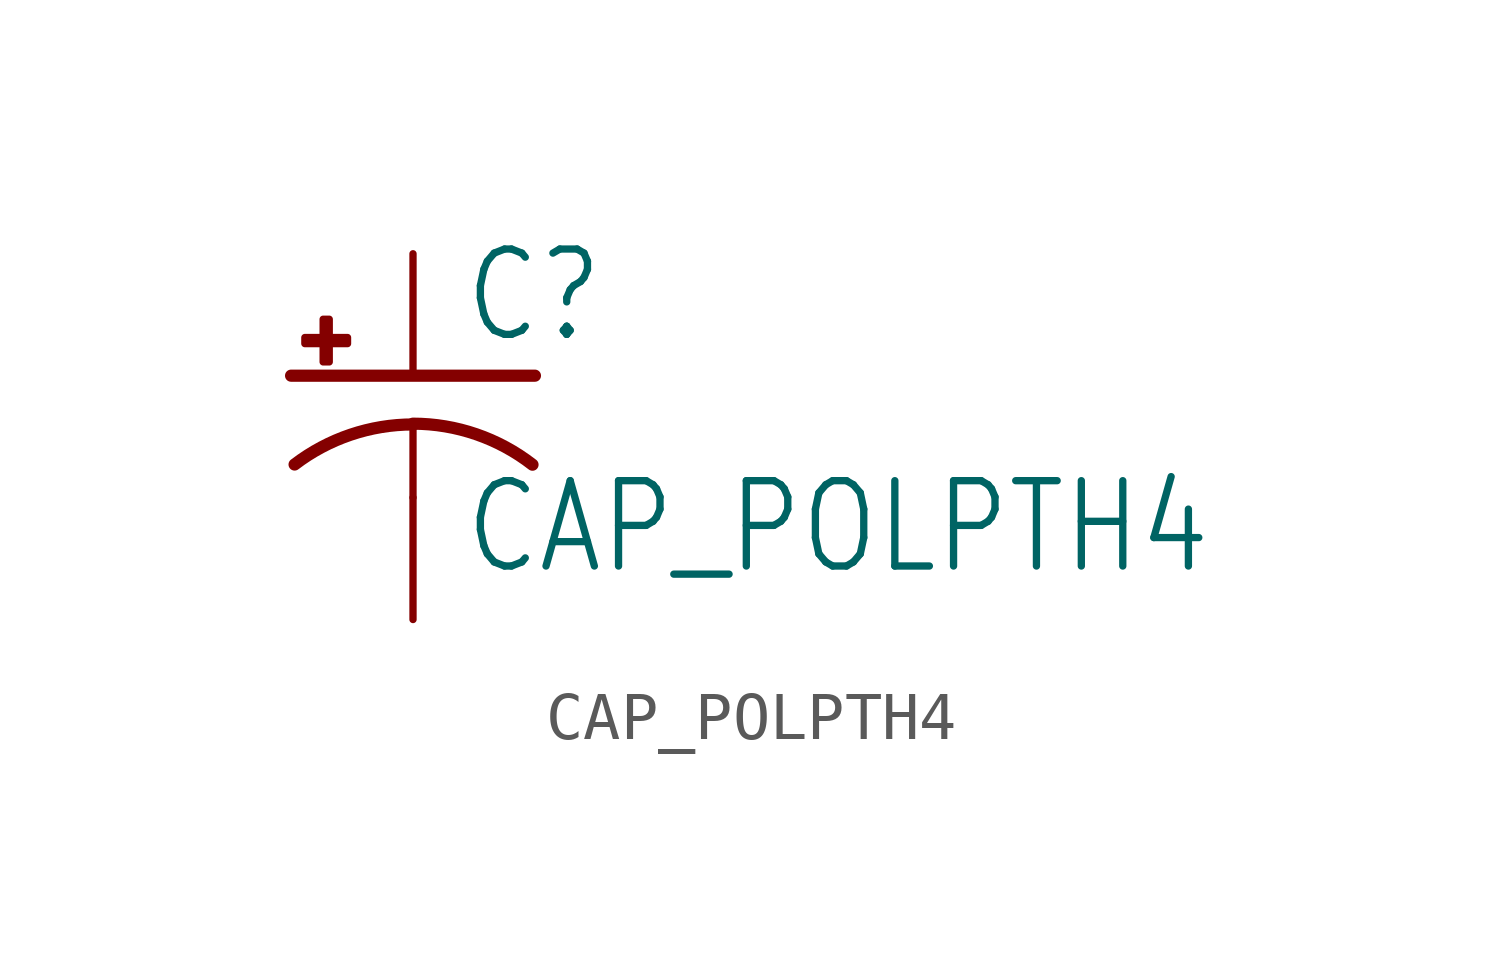
<source format=kicad_sym>
(kicad_symbol_lib
  (version 20211014)
  (generator kicad_symbol_editor)
  (symbol "CAP_POLPTH4"
    (property "Reference" "C"
      (at 1.016 0.635 0)
      (effects (font (size 1.778 1.511)) (justify left bottom)))
    (property "Value" "CAP_POLPTH4"
      (at 1.016 -4.191 0)
      (effects (font (size 1.778 1.511)) (justify left bottom)))
    (property "ki_locked" ""
      (at 0 0 0)
      (effects (font (size 1.27 1.27))))
    (symbol "CAP_POLPTH4_1_0"
      (rectangle (start -2.253 0.668) (end -1.364 0.795) (stroke (width 0) (type default) (color 0 0 0 0)) (fill (type outline)))
      (rectangle (start -1.872 0.287) (end -1.745 1.176) (stroke (width 0) (type default) (color 0 0 0 0)) (fill (type outline)))
      (arc (start 0 -1.0161) (mid -1.3021 -1.2303) (end -2.4669 -1.8504) (stroke (width 0.254) (type default) (color 0 0 0 0)) (fill (type none)))
      (polyline (pts (xy -2.54 0) (xy 2.54 0)) (stroke (width 0.254) (type default) (color 0 0 0 0)) (fill (type none)))
      (polyline (pts (xy 0 -1.016) (xy 0 -2.54)) (stroke (width 0.152) (type default) (color 0 0 0 0)) (fill (type none)))
      (arc (start 2.4892 -1.8542) (mid 1.3158 -1.2195) (end 0 -1) (stroke (width 0.254) (type default) (color 0 0 0 0)) (fill (type none)))
      (pin passive line (at 0 2.54 270) (length 2.54) (name "+" (effects (font (size 0 0)))) (number "1" (effects (font (size 0 0)))))
      (pin passive line (at 0 -5.08 90) (length 2.54) (name "-" (effects (font (size 0 0)))) (number "2" (effects (font (size 0 0))))))))
</source>
